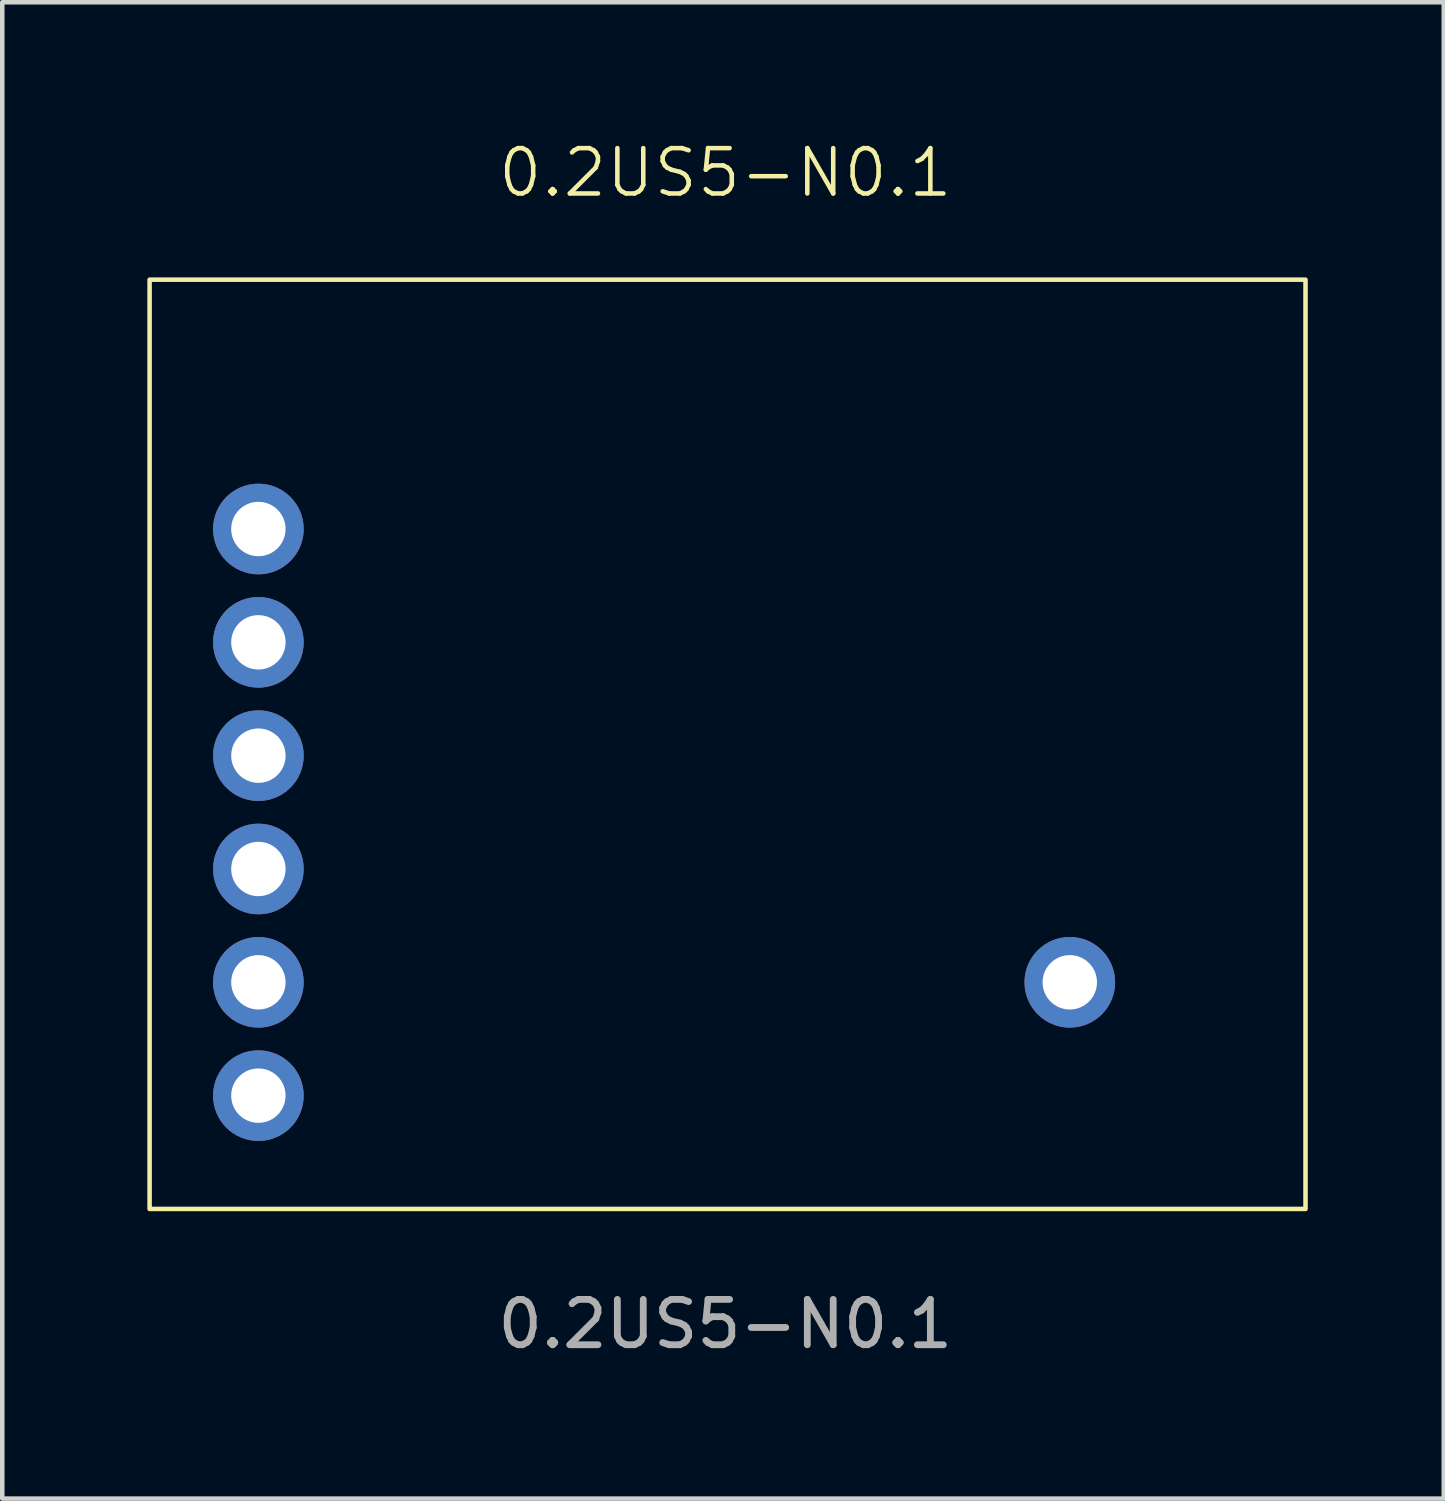
<source format=kicad_pcb>
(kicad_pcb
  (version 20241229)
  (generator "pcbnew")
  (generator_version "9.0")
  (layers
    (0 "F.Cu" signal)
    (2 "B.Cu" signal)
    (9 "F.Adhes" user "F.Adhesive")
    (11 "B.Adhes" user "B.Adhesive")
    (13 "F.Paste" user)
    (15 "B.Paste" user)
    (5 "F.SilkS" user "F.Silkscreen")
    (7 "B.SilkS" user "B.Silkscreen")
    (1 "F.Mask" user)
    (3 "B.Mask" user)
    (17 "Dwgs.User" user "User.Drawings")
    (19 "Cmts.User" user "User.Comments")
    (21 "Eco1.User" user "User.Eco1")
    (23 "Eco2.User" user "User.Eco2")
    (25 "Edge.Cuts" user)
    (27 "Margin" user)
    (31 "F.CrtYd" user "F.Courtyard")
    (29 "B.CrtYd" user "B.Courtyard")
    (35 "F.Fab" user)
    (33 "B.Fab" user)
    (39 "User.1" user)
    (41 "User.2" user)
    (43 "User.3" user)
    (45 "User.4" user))
  (footprint "0.2US5-N0.1"
    (layer "F.Cu")
    (at 0.25 23.62)
    (property "Reference" "0.2US5-N0.1" (at 12.7 -22.86 0) (unlocked yes) (layer "F.SilkS") (effects (font (size 1 1) (thickness 0.1))))
    (attr through_hole)
    (fp_rect (start 0 -20.5) (end 25.5 0) (stroke (width 0.1) (type default)) (fill no) (layer "F.SilkS"))
    (fp_text user "${REFERENCE}" (at 12.7 2.54 0) (unlocked yes) (layer "F.Fab") (effects (font (size 1 1) (thickness 0.15))))
    (pad "1" thru_hole circle (at 2.4 -15) (size 2 2) (drill 1.2) (layers "*.Cu" "*.Mask"))
    (pad "2" thru_hole circle (at 2.4 -12.5) (size 2 2) (drill 1.2) (layers "*.Cu" "*.Mask"))
    (pad "3" thru_hole circle (at 2.4 -10) (size 2 2) (drill 1.2) (layers "*.Cu" "*.Mask"))
    (pad "4" thru_hole circle (at 2.4 -7.5) (size 2 2) (drill 1.2) (layers "*.Cu" "*.Mask"))
    (pad "5" thru_hole circle (at 2.4 -5) (size 2 2) (drill 1.2) (layers "*.Cu" "*.Mask"))
    (pad "6" thru_hole circle (at 2.4 -2.5) (size 2 2) (drill 1.2) (layers "*.Cu" "*.Mask"))
    (pad "7" thru_hole circle (at 20.3 -5) (size 2 2) (drill 1.2) (layers "*.Cu" "*.Mask")))
  (gr_rect
    (start -3 -3)
    (end 28.8 30.009)
    (stroke (width 0.1) (type default))
    (fill no)
    (layer "Edge.Cuts")))
</source>
